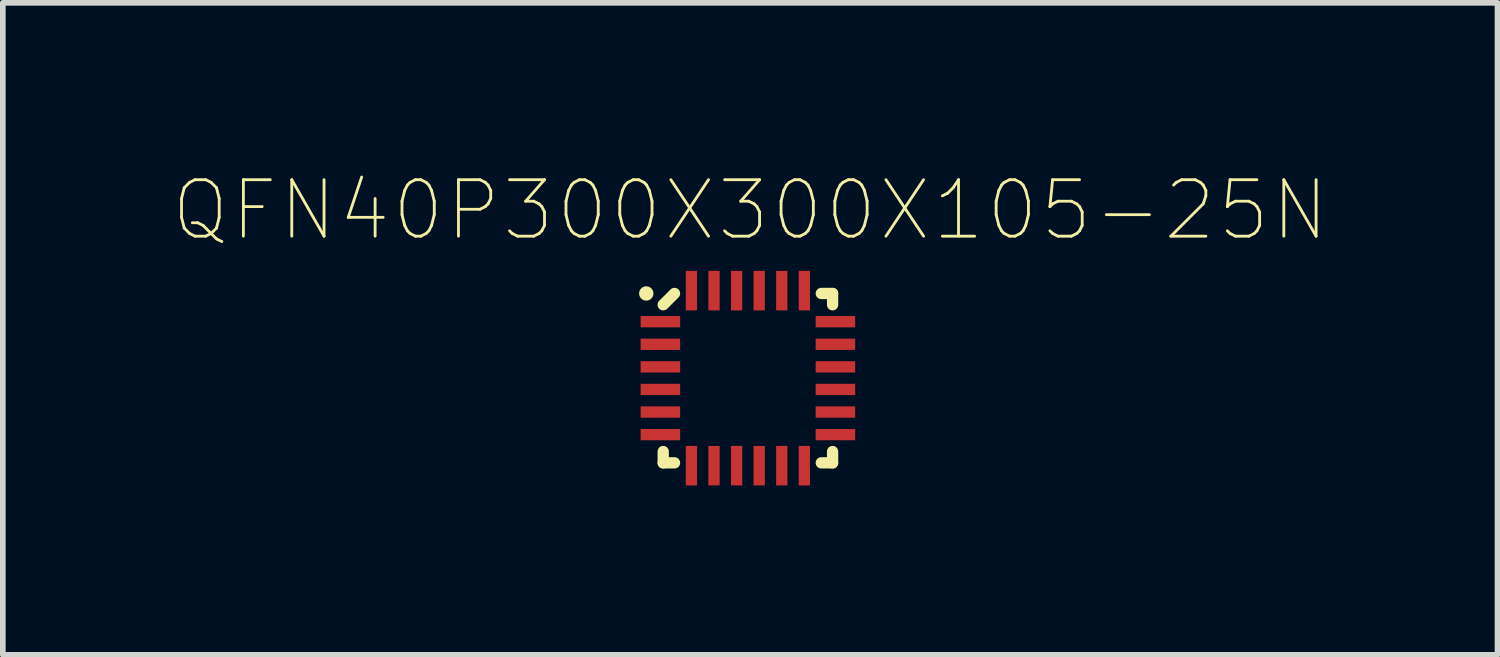
<source format=kicad_pcb>
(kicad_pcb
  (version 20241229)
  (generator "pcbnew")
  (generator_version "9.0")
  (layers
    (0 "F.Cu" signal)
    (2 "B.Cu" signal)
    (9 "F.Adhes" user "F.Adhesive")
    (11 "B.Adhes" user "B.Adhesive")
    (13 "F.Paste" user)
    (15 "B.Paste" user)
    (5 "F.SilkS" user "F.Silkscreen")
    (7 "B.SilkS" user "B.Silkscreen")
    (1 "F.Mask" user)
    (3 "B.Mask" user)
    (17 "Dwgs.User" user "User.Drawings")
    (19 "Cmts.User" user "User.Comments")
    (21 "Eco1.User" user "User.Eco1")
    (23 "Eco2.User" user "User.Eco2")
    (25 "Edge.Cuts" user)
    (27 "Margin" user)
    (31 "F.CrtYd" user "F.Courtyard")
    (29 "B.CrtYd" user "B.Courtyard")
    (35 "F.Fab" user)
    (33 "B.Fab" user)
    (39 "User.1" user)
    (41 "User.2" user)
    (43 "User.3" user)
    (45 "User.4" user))
  (footprint "QFN40P300X300X105-25N"
    (layer "F.Cu")
    (at 10.197 3.648)
    (property "Reference" "QFN40P300X300X105-25N" (at 0.04 -2.975 0) (layer "F.SilkS") (effects (font (size 1 1) (thickness 0.05))))
    (attr smd)
    (fp_line (start -1.5 -1.3) (end -1.3 -1.5) (stroke (width 0.2) (type solid)) (layer "F.SilkS"))
    (fp_line (start -1.5 1.5) (end -1.5 1.3) (stroke (width 0.2) (type solid)) (layer "F.SilkS"))
    (fp_line (start -1.3 1.5) (end -1.5 1.5) (stroke (width 0.2) (type solid)) (layer "F.SilkS"))
    (fp_line (start 1.3 -1.5) (end 1.5 -1.5) (stroke (width 0.2) (type solid)) (layer "F.SilkS"))
    (fp_line (start 1.5 -1.5) (end 1.5 -1.3) (stroke (width 0.2) (type solid)) (layer "F.SilkS"))
    (fp_line (start 1.5 1.3) (end 1.5 1.5) (stroke (width 0.2) (type solid)) (layer "F.SilkS"))
    (fp_line (start 1.5 1.5) (end 1.3 1.5) (stroke (width 0.2) (type solid)) (layer "F.SilkS"))
    (fp_circle (center -1.8 -1.5) (end -1.673 -1.5) (stroke (width 0) (type solid)) (fill yes) (layer "F.SilkS"))
    (fp_poly (pts (xy -0.575 -0.475) (xy 0.575 -0.475) (xy 0.575 0.475) (xy -0.575 0.475)) (stroke (width 0.381) (type solid)) (fill yes) (layer "F.Paste"))
    (pad "1" smd rect (at -1.55 -1) (size 0.7 0.2) (layers "F.Cu" "F.Mask" "F.Paste"))
    (pad "2" smd rect (at -1.55 -0.6) (size 0.7 0.2) (layers "F.Cu" "F.Mask" "F.Paste"))
    (pad "3" smd rect (at -1.55 -0.2) (size 0.7 0.2) (layers "F.Cu" "F.Mask" "F.Paste"))
    (pad "4" smd rect (at -1.55 0.2) (size 0.7 0.2) (layers "F.Cu" "F.Mask" "F.Paste"))
    (pad "5" smd rect (at -1.55 0.6) (size 0.7 0.2) (layers "F.Cu" "F.Mask" "F.Paste"))
    (pad "6" smd rect (at -1.55 1) (size 0.7 0.2) (layers "F.Cu" "F.Mask" "F.Paste"))
    (pad "7" smd rect (at -1 1.55 90) (size 0.7 0.2) (layers "F.Cu" "F.Mask" "F.Paste"))
    (pad "8" smd rect (at -0.6 1.55 90) (size 0.7 0.2) (layers "F.Cu" "F.Mask" "F.Paste"))
    (pad "9" smd rect (at -0.2 1.55 90) (size 0.7 0.2) (layers "F.Cu" "F.Mask" "F.Paste"))
    (pad "10" smd rect (at 0.2 1.55 90) (size 0.7 0.2) (layers "F.Cu" "F.Mask" "F.Paste"))
    (pad "11" smd rect (at 0.6 1.55 90) (size 0.7 0.2) (layers "F.Cu" "F.Mask" "F.Paste"))
    (pad "12" smd rect (at 1 1.55 90) (size 0.7 0.2) (layers "F.Cu" "F.Mask" "F.Paste"))
    (pad "13" smd rect (at 1.55 1 180) (size 0.7 0.2) (layers "F.Cu" "F.Mask" "F.Paste"))
    (pad "14" smd rect (at 1.55 0.6 180) (size 0.7 0.2) (layers "F.Cu" "F.Mask" "F.Paste"))
    (pad "15" smd rect (at 1.55 0.2 180) (size 0.7 0.2) (layers "F.Cu" "F.Mask" "F.Paste"))
    (pad "16" smd rect (at 1.55 -0.2 180) (size 0.7 0.2) (layers "F.Cu" "F.Mask" "F.Paste"))
    (pad "17" smd rect (at 1.55 -0.6 180) (size 0.7 0.2) (layers "F.Cu" "F.Mask" "F.Paste"))
    (pad "18" smd rect (at 1.55 -1 180) (size 0.7 0.2) (layers "F.Cu" "F.Mask" "F.Paste"))
    (pad "19" smd rect (at 1 -1.55 270) (size 0.7 0.2) (layers "F.Cu" "F.Mask" "F.Paste"))
    (pad "20" smd rect (at 0.6 -1.55 270) (size 0.7 0.2) (layers "F.Cu" "F.Mask" "F.Paste"))
    (pad "21" smd rect (at 0.2 -1.55 270) (size 0.7 0.2) (layers "F.Cu" "F.Mask" "F.Paste"))
    (pad "22" smd rect (at -0.2 -1.55 270) (size 0.7 0.2) (layers "F.Cu" "F.Mask" "F.Paste"))
    (pad "23" smd rect (at -0.6 -1.55 270) (size 0.7 0.2) (layers "F.Cu" "F.Mask" "F.Paste"))
    (pad "24" smd rect (at -1 -1.55 270) (size 0.7 0.2) (layers "F.Cu" "F.Mask" "F.Paste")))
  (gr_rect
    (start -3 -3)
    (end 23.474 8.548)
    (stroke (width 0.1) (type default))
    (fill no)
    (layer "Edge.Cuts")))
</source>
